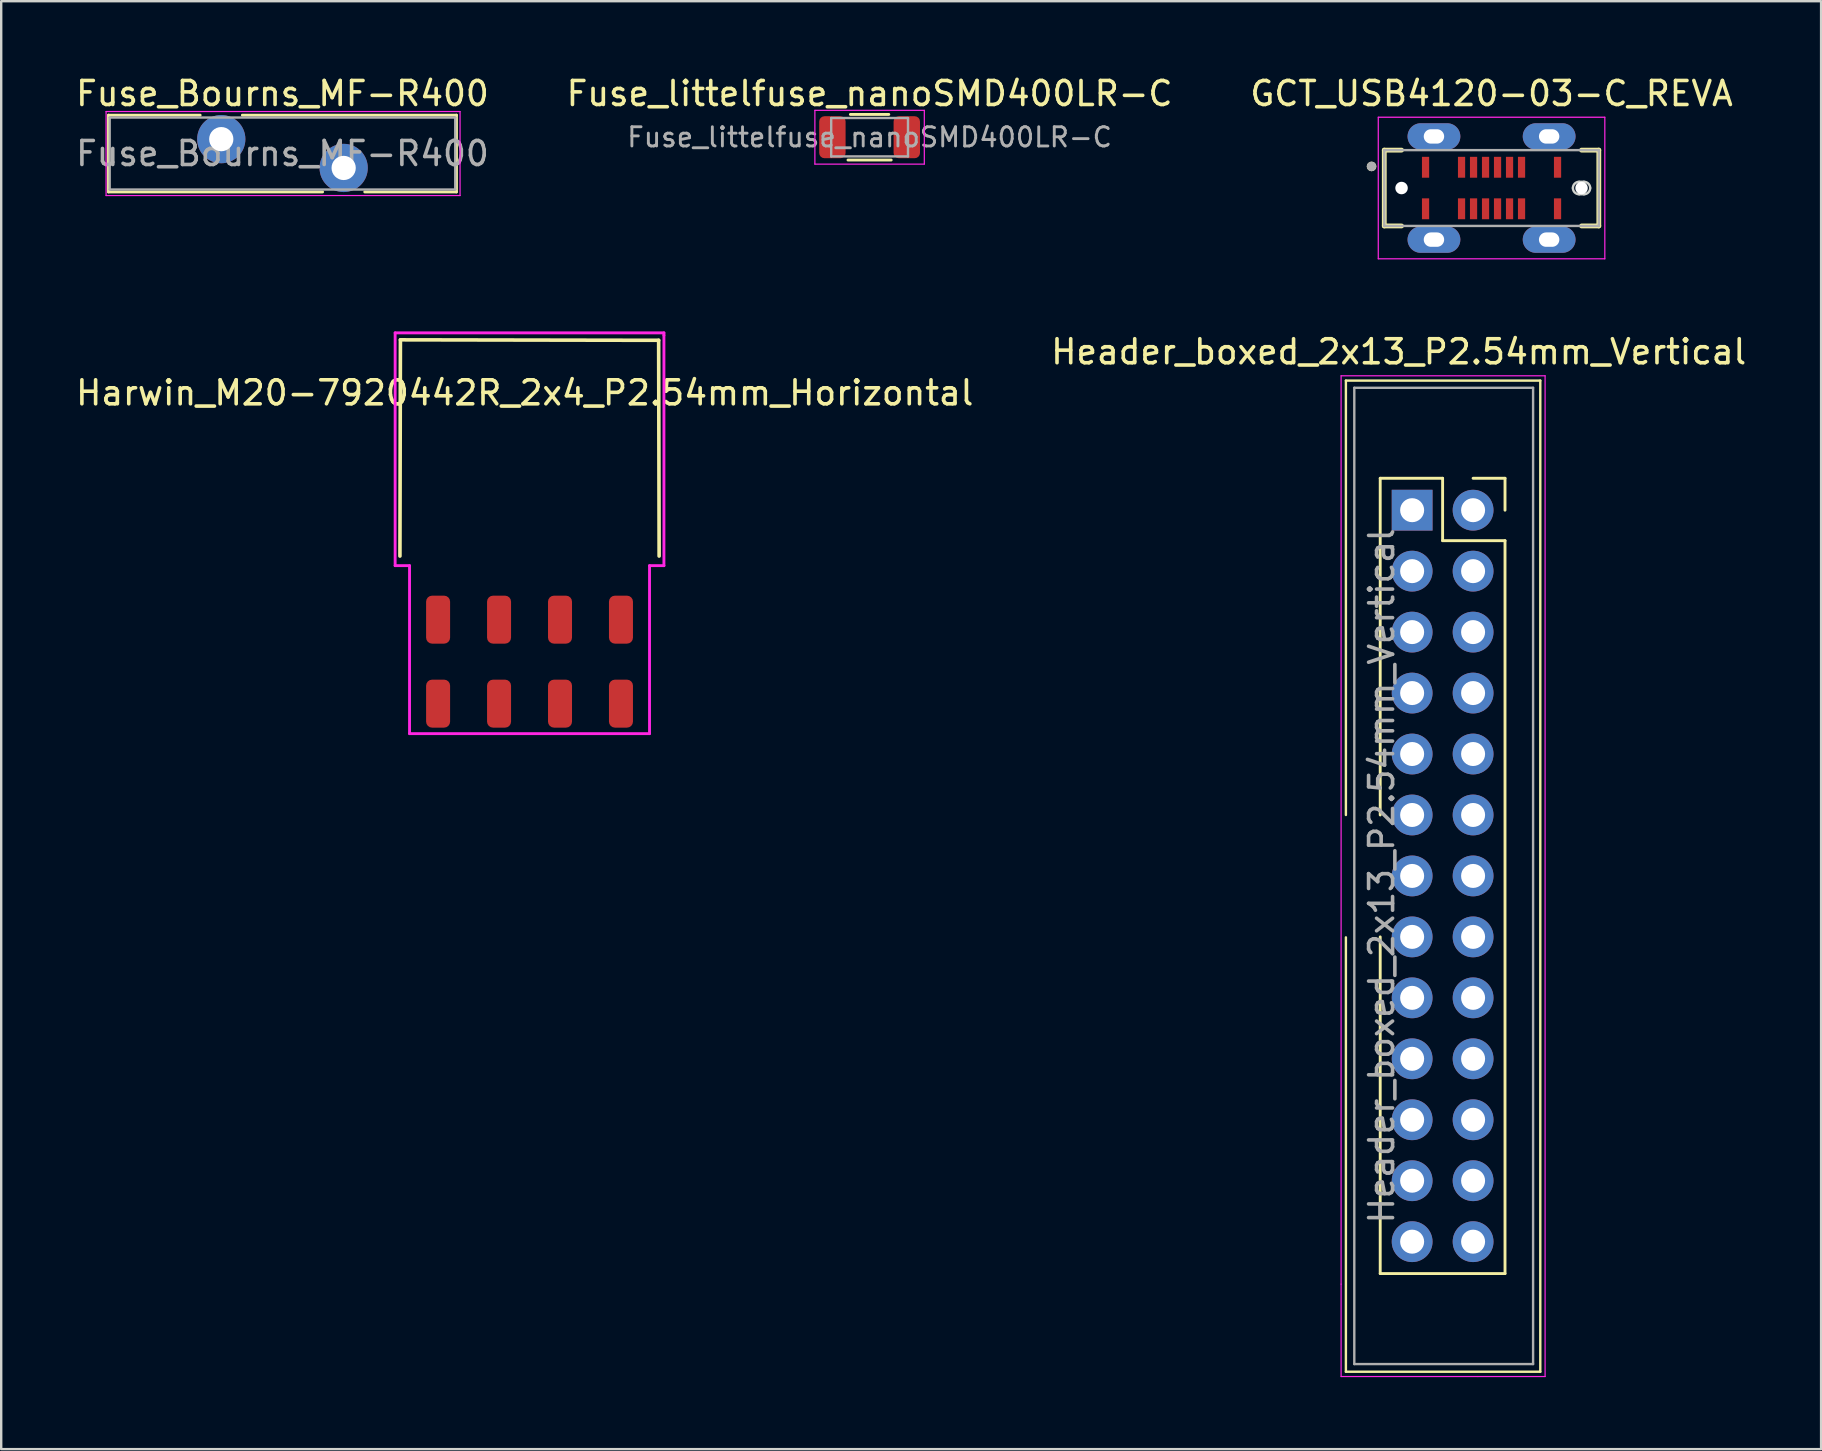
<source format=kicad_pcb>
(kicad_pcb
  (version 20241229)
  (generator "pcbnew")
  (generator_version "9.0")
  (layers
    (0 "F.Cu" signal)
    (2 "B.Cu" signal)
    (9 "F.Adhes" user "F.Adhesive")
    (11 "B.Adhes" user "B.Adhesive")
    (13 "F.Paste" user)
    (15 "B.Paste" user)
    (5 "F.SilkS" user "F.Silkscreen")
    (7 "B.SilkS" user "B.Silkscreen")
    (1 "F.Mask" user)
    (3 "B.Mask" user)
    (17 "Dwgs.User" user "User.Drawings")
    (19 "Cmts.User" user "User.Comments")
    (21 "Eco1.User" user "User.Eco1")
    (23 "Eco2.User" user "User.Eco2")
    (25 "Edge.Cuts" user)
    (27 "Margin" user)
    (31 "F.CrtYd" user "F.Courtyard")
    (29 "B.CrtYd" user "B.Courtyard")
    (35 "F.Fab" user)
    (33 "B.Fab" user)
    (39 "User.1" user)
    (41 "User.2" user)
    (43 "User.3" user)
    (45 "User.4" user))
  (footprint "GCT_USB4120-03-C_REVA"
    (layer "F.Cu")
    (at 59.101 4.785)
    (property "Reference" "GCT_USB4120-03-C_REVA" (at 0 -3.937 0) (layer "F.SilkS") (effects (font (size 1 1) (thickness 0.15))))
    (attr through_hole)
    (fp_line (start -4.47 -1.58) (end -4.47 1.58) (stroke (width 0.2) (type solid)) (layer "F.SilkS"))
    (fp_line (start -4.47 1.58) (end -3.75 1.58) (stroke (width 0.2) (type solid)) (layer "F.SilkS"))
    (fp_line (start -3.75 -1.58) (end -4.47 -1.58) (stroke (width 0.2) (type solid)) (layer "F.SilkS"))
    (fp_line (start 3.75 -1.58) (end 4.47 -1.58) (stroke (width 0.2) (type solid)) (layer "F.SilkS"))
    (fp_line (start 4.47 -1.58) (end 4.47 1.58) (stroke (width 0.2) (type solid)) (layer "F.SilkS"))
    (fp_line (start 4.47 1.58) (end 3.75 1.58) (stroke (width 0.2) (type solid)) (layer "F.SilkS"))
    (fp_circle (center -5 -0.9) (end -4.9 -0.9) (stroke (width 0.2) (type solid)) (fill no) (layer "F.SilkS"))
    (fp_line (start 3.65 -0.26) (end 3.85 -0.26) (stroke (width 0.1) (type solid)) (layer "Edge.Cuts"))
    (fp_line (start 3.85 0.26) (end 3.65 0.26) (stroke (width 0.1) (type solid)) (layer "Edge.Cuts"))
    (fp_arc (start 3.39 0) (mid 3.466152 -0.183848) (end 3.65 -0.26) (stroke (width 0.1) (type solid)) (layer "Edge.Cuts"))
    (fp_arc (start 3.65 0.26) (mid 3.466152 0.183848) (end 3.39 0) (stroke (width 0.1) (type solid)) (layer "Edge.Cuts"))
    (fp_arc (start 3.85 -0.26) (mid 4.033848 -0.183848) (end 4.11 0) (stroke (width 0.1) (type solid)) (layer "Edge.Cuts"))
    (fp_arc (start 4.11 0) (mid 4.033848 0.183848) (end 3.85 0.26) (stroke (width 0.1) (type solid)) (layer "Edge.Cuts"))
    (fp_line (start -4.72 -2.95) (end 4.72 -2.95) (stroke (width 0.05) (type solid)) (layer "F.CrtYd"))
    (fp_line (start -4.72 2.95) (end -4.72 -2.95) (stroke (width 0.05) (type solid)) (layer "F.CrtYd"))
    (fp_line (start 4.72 -2.95) (end 4.72 2.95) (stroke (width 0.05) (type solid)) (layer "F.CrtYd"))
    (fp_line (start 4.72 2.95) (end -4.72 2.95) (stroke (width 0.05) (type solid)) (layer "F.CrtYd"))
    (fp_line (start -4.47 -1.58) (end 4.47 -1.58) (stroke (width 0.1) (type solid)) (layer "F.Fab"))
    (fp_line (start -4.47 1.58) (end -4.47 -1.58) (stroke (width 0.1) (type solid)) (layer "F.Fab"))
    (fp_line (start 4.47 -1.58) (end 4.47 1.58) (stroke (width 0.1) (type solid)) (layer "F.Fab"))
    (fp_line (start 4.47 1.58) (end -4.47 1.58) (stroke (width 0.1) (type solid)) (layer "F.Fab"))
    (fp_circle (center -5 -0.9) (end -4.9 -0.9) (stroke (width 0.2) (type solid)) (fill no) (layer "F.Fab"))
    (pad "" np_thru_hole circle (at -3.75 0) (size 0.52 0.52) (drill 0.52) (layers "*.Cu" "*.Mask"))
    (pad "" np_thru_hole circle (at 3.75 0) (size 0.52 0.52) (drill 0.52) (layers "*.Cu" "*.Mask"))
    (pad "A1" smd rect (at -2.75 -0.865) (size 0.3 0.87) (layers "F.Cu" "F.Mask" "F.Paste"))
    (pad "A4" smd rect (at -1.25 -0.865) (size 0.3 0.87) (layers "F.Cu" "F.Mask" "F.Paste"))
    (pad "A5" smd rect (at -0.75 -0.865) (size 0.3 0.87) (layers "F.Cu" "F.Mask" "F.Paste"))
    (pad "A6" smd rect (at -0.25 -0.865) (size 0.3 0.87) (layers "F.Cu" "F.Mask" "F.Paste"))
    (pad "A7" smd rect (at 0.25 -0.865) (size 0.3 0.87) (layers "F.Cu" "F.Mask" "F.Paste"))
    (pad "A8" smd rect (at 0.75 -0.865) (size 0.3 0.87) (layers "F.Cu" "F.Mask" "F.Paste"))
    (pad "A9" smd rect (at 1.25 -0.865) (size 0.3 0.87) (layers "F.Cu" "F.Mask" "F.Paste"))
    (pad "A12" smd rect (at 2.75 -0.865) (size 0.3 0.87) (layers "F.Cu" "F.Mask" "F.Paste"))
    (pad "B1" smd rect (at 2.75 0.865) (size 0.3 0.87) (layers "F.Cu" "F.Mask" "F.Paste"))
    (pad "B4" smd rect (at 1.25 0.865) (size 0.3 0.87) (layers "F.Cu" "F.Mask" "F.Paste"))
    (pad "B5" smd rect (at 0.75 0.865) (size 0.3 0.87) (layers "F.Cu" "F.Mask" "F.Paste"))
    (pad "B6" smd rect (at 0.25 0.865) (size 0.3 0.87) (layers "F.Cu" "F.Mask" "F.Paste"))
    (pad "B7" smd rect (at -0.25 0.865) (size 0.3 0.87) (layers "F.Cu" "F.Mask" "F.Paste"))
    (pad "B8" smd rect (at -0.75 0.865) (size 0.3 0.87) (layers "F.Cu" "F.Mask" "F.Paste"))
    (pad "B9" smd rect (at -1.25 0.865) (size 0.3 0.87) (layers "F.Cu" "F.Mask" "F.Paste"))
    (pad "B12" smd rect (at -2.75 0.865) (size 0.3 0.87) (layers "F.Cu" "F.Mask" "F.Paste"))
    (pad "S1" thru_hole oval (at -2.4 -2.15) (size 2.2 1.1) (drill oval 0.85 0.6) (layers "*.Cu" "*.Mask" "F.Paste"))
    (pad "S1" thru_hole oval (at -2.4 2.15) (size 2.2 1.1) (drill oval 0.85 0.6) (layers "*.Cu" "*.Mask" "F.Paste"))
    (pad "S1" thru_hole oval (at 2.4 -2.15) (size 2.2 1.1) (drill oval 0.85 0.6) (layers "*.Cu" "*.Mask" "F.Paste"))
    (pad "S1" thru_hole oval (at 2.4 2.15) (size 2.2 1.1) (drill oval 0.85 0.6) (layers "*.Cu" "*.Mask" "F.Paste")))
  (footprint "Harwin_M20-7920442R_2x4_P2.54mm_Horizontal"
    (layer "F.Cu")
    (at 19.015 24.52)
    (property "Reference" "Harwin_M20-7920442R_2x4_P2.54mm_Horizontal" (at -0.2 -11.2 0) (layer "F.SilkS") (effects (font (size 1 1) (thickness 0.15))))
    (attr through_hole)
    (fp_line (start -5.4 -4.4) (end -5.38 -13.41) (stroke (width 0.15) (type solid)) (layer "F.SilkS"))
    (fp_line (start -5.38 -13.41) (end 5.38 -13.39) (stroke (width 0.15) (type solid)) (layer "F.SilkS"))
    (fp_line (start 5.4 -4.4) (end 5.38 -13.39) (stroke (width 0.15) (type solid)) (layer "F.SilkS"))
    (fp_line (start -5.6 -13.7) (end 5.6 -13.7) (stroke (width 0.12) (type solid)) (layer "F.CrtYd"))
    (fp_line (start -5.6 -4) (end -5.6 -13.7) (stroke (width 0.12) (type solid)) (layer "F.CrtYd"))
    (fp_line (start -5 -4) (end -5.6 -4) (stroke (width 0.12) (type solid)) (layer "F.CrtYd"))
    (fp_line (start -5 3) (end -5 -4) (stroke (width 0.12) (type solid)) (layer "F.CrtYd"))
    (fp_line (start 5 -4) (end 5 3) (stroke (width 0.12) (type solid)) (layer "F.CrtYd"))
    (fp_line (start 5 3) (end -5 3) (stroke (width 0.12) (type solid)) (layer "F.CrtYd"))
    (fp_line (start 5.6 -13.7) (end 5.6 -13.6) (stroke (width 0.12) (type solid)) (layer "F.CrtYd"))
    (fp_line (start 5.6 -13.6) (end 5.6 -4) (stroke (width 0.12) (type solid)) (layer "F.CrtYd"))
    (fp_line (start 5.6 -4) (end 5 -4) (stroke (width 0.12) (type solid)) (layer "F.CrtYd"))
    (pad "1" smd roundrect (at -3.81 -1.75) (size 1 2) (layers "F.Cu" "F.Mask" "F.Paste") (roundrect_rratio 0.25))
    (pad "2" smd roundrect (at -3.81 1.75) (size 1 2) (layers "F.Cu" "F.Mask" "F.Paste") (roundrect_rratio 0.25))
    (pad "3" smd roundrect (at -1.27 -1.75) (size 1 2) (layers "F.Cu" "F.Mask" "F.Paste") (roundrect_rratio 0.25))
    (pad "4" smd roundrect (at -1.27 1.75) (size 1 2) (layers "F.Cu" "F.Mask" "F.Paste") (roundrect_rratio 0.25))
    (pad "5" smd roundrect (at 1.27 -1.75) (size 1 2) (layers "F.Cu" "F.Mask" "F.Paste") (roundrect_rratio 0.25))
    (pad "6" smd roundrect (at 1.27 1.75) (size 1 2) (layers "F.Cu" "F.Mask" "F.Paste") (roundrect_rratio 0.25))
    (pad "7" smd roundrect (at 3.81 -1.75) (size 1 2) (layers "F.Cu" "F.Mask" "F.Paste") (roundrect_rratio 0.25))
    (pad "8" smd roundrect (at 3.81 1.75) (size 1 2) (layers "F.Cu" "F.Mask" "F.Paste") (roundrect_rratio 0.25)))
  (footprint "Fuse_littelfuse_nanoSMD400LR-C"
    (layer "F.Cu")
    (at 33.185 2.668)
    (property "Reference" "Fuse_littelfuse_nanoSMD400LR-C" (at 0 -1.82 0) (layer "F.SilkS") (effects (font (size 1 1) (thickness 0.15))))
    (attr smd)
    (fp_line (start -0.9 0.95) (end 0.9 0.95) (stroke (width 0.12) (type solid)) (layer "F.SilkS"))
    (fp_line (start -0.8 -0.95) (end 0.8 -0.95) (stroke (width 0.12) (type solid)) (layer "F.SilkS"))
    (fp_line (start -2.28 -1.12) (end 2.28 -1.12) (stroke (width 0.05) (type solid)) (layer "F.CrtYd"))
    (fp_line (start -2.28 1.12) (end -2.28 -1.12) (stroke (width 0.05) (type solid)) (layer "F.CrtYd"))
    (fp_line (start 2.28 -1.12) (end 2.28 1.12) (stroke (width 0.05) (type solid)) (layer "F.CrtYd"))
    (fp_line (start 2.28 1.12) (end -2.28 1.12) (stroke (width 0.05) (type solid)) (layer "F.CrtYd"))
    (fp_line (start -1.6 -0.8) (end 1.6 -0.8) (stroke (width 0.1) (type solid)) (layer "F.Fab"))
    (fp_line (start -1.6 0.8) (end -1.6 -0.8) (stroke (width 0.1) (type solid)) (layer "F.Fab"))
    (fp_line (start 1.6 -0.8) (end 1.6 0.8) (stroke (width 0.1) (type solid)) (layer "F.Fab"))
    (fp_line (start 1.6 0.8) (end -1.6 0.8) (stroke (width 0.1) (type solid)) (layer "F.Fab"))
    (fp_text user "${REFERENCE}" (at 0 0 0) (layer "F.Fab") (effects (font (size 0.8 0.8) (thickness 0.12))))
    (pad "1" smd roundrect (at -1.55 0) (size 1.1 1.75) (layers "F.Cu" "F.Mask" "F.Paste") (roundrect_rratio 0.2))
    (pad "2" smd roundrect (at 1.55 0) (size 1.1 1.75) (layers "F.Cu" "F.Mask" "F.Paste") (roundrect_rratio 0.2)))
  (footprint "Fuse_Bourns_MF-R400"
    (layer "F.Cu")
    (at 6.17 2.748)
    (property "Reference" "Fuse_Bourns_MF-R400" (at 2.55 -1.9 0) (layer "F.SilkS") (effects (font (size 1 1) (thickness 0.15))))
    (attr through_hole)
    (fp_line (start -4.7 -1) (end -4.7 2.2) (stroke (width 0.12) (type solid)) (layer "F.SilkS"))
    (fp_line (start -4.7 -1) (end -0.879 -1) (stroke (width 0.12) (type solid)) (layer "F.SilkS"))
    (fp_line (start -4.7 2.2) (end 4.222 2.2) (stroke (width 0.12) (type solid)) (layer "F.SilkS"))
    (fp_line (start 0.879 -1) (end 9.8 -1) (stroke (width 0.12) (type solid)) (layer "F.SilkS"))
    (fp_line (start 5.979 2.2) (end 9.8 2.2) (stroke (width 0.12) (type solid)) (layer "F.SilkS"))
    (fp_line (start 9.8 -1) (end 9.8 2.2) (stroke (width 0.12) (type solid)) (layer "F.SilkS"))
    (fp_line (start -4.8 -1.15) (end -4.8 2.35) (stroke (width 0.05) (type solid)) (layer "F.CrtYd"))
    (fp_line (start -4.8 2.35) (end 9.95 2.35) (stroke (width 0.05) (type solid)) (layer "F.CrtYd"))
    (fp_line (start 9.95 -1.15) (end -4.8 -1.15) (stroke (width 0.05) (type solid)) (layer "F.CrtYd"))
    (fp_line (start 9.95 2.35) (end 9.95 -1.15) (stroke (width 0.05) (type solid)) (layer "F.CrtYd"))
    (fp_line (start -4.65 -0.9) (end -4.65 2.1) (stroke (width 0.1) (type solid)) (layer "F.Fab"))
    (fp_line (start -4.65 2.1) (end 9.75 2.1) (stroke (width 0.1) (type solid)) (layer "F.Fab"))
    (fp_line (start 9.75 -0.9) (end -4.65 -0.9) (stroke (width 0.1) (type solid)) (layer "F.Fab"))
    (fp_line (start 9.75 2.1) (end 9.75 -0.9) (stroke (width 0.1) (type solid)) (layer "F.Fab"))
    (fp_text user "${REFERENCE}" (at 2.55 0.6 0) (layer "F.Fab") (effects (font (size 1 1) (thickness 0.15))))
    (pad "1" thru_hole circle (at 0 0) (size 2.01 2.01) (drill 1.01) (layers "*.Cu" "*.Mask"))
    (pad "2" thru_hole circle (at 5.1 1.2) (size 2.01 2.01) (drill 1.01) (layers "*.Cu" "*.Mask")))
  (footprint "Header_boxed_2x13_P2.54mm_Vertical"
    (layer "F.Cu")
    (at 58.332 18.209)
    (property "Reference" "Header_boxed_2x13_P2.54mm_Vertical" (at -3.1 -6.6 0) (layer "F.SilkS") (effects (font (size 1 1) (thickness 0.15))))
    (attr through_hole)
    (fp_line (start -5.3 -5.4) (end 2.8 -5.4) (stroke (width 0.1) (type solid)) (layer "F.SilkS"))
    (fp_line (start -5.3 12.7) (end -5.3 -5.4) (stroke (width 0.1) (type solid)) (layer "F.SilkS"))
    (fp_line (start -5.3 35.9) (end -5.3 17.8) (stroke (width 0.1) (type solid)) (layer "F.SilkS"))
    (fp_line (start -3.87 -1.33) (end -3.87 12.7) (stroke (width 0.12) (type solid)) (layer "F.SilkS"))
    (fp_line (start -3.87 -1.33) (end -1.27 -1.33) (stroke (width 0.12) (type solid)) (layer "F.SilkS"))
    (fp_line (start -3.87 17.78) (end -3.87 31.81) (stroke (width 0.12) (type solid)) (layer "F.SilkS"))
    (fp_line (start -3.87 31.81) (end 1.33 31.81) (stroke (width 0.12) (type solid)) (layer "F.SilkS"))
    (fp_line (start -1.27 -1.33) (end -1.27 1.27) (stroke (width 0.12) (type solid)) (layer "F.SilkS"))
    (fp_line (start -1.27 1.27) (end 1.33 1.27) (stroke (width 0.12) (type solid)) (layer "F.SilkS"))
    (fp_line (start 0 -1.33) (end 1.33 -1.33) (stroke (width 0.12) (type solid)) (layer "F.SilkS"))
    (fp_line (start 1.33 -1.33) (end 1.33 0) (stroke (width 0.12) (type solid)) (layer "F.SilkS"))
    (fp_line (start 1.33 1.27) (end 1.33 31.81) (stroke (width 0.12) (type solid)) (layer "F.SilkS"))
    (fp_line (start 2.8 -5.4) (end 2.8 35.9) (stroke (width 0.1) (type solid)) (layer "F.SilkS"))
    (fp_line (start 2.8 35.9) (end -5.3 35.9) (stroke (width 0.1) (type solid)) (layer "F.SilkS"))
    (fp_line (start -5.5 -5.6) (end 3 -5.6) (stroke (width 0.05) (type solid)) (layer "F.CrtYd"))
    (fp_line (start -5.5 32.25) (end -5.5 -5.6) (stroke (width 0.05) (type solid)) (layer "F.CrtYd"))
    (fp_line (start -5.5 36.1) (end -5.5 32.25) (stroke (width 0.05) (type solid)) (layer "F.CrtYd"))
    (fp_line (start 0.2 36.1) (end -5.5 36.1) (stroke (width 0.05) (type solid)) (layer "F.CrtYd"))
    (fp_line (start 3 -5.6) (end 3 36.1) (stroke (width 0.05) (type solid)) (layer "F.CrtYd"))
    (fp_line (start 3 36.1) (end 0.2 36.1) (stroke (width 0.05) (type solid)) (layer "F.CrtYd"))
    (fp_line (start -4.95 -5.1) (end 2.5 -5.1) (stroke (width 0.1) (type solid)) (layer "F.Fab"))
    (fp_line (start -4.95 35.58) (end -4.95 -5.1) (stroke (width 0.1) (type solid)) (layer "F.Fab"))
    (fp_line (start -4.95 35.58) (end 2.5 35.58) (stroke (width 0.1) (type solid)) (layer "F.Fab"))
    (fp_line (start 2.5 35.58) (end 2.5 -5.1) (stroke (width 0.1) (type solid)) (layer "F.Fab"))
    (fp_text user "${REFERENCE}" (at -3.81 15.24 90) (layer "F.Fab") (effects (font (size 1 1) (thickness 0.15))))
    (pad "1" thru_hole rect (at -2.54 0) (size 1.7 1.7) (drill 1) (layers "*.Cu" "*.Mask"))
    (pad "2" thru_hole oval (at 0 0) (size 1.7 1.7) (drill 1) (layers "*.Cu" "*.Mask"))
    (pad "3" thru_hole oval (at -2.54 2.54) (size 1.7 1.7) (drill 1) (layers "*.Cu" "*.Mask"))
    (pad "4" thru_hole oval (at 0 2.54) (size 1.7 1.7) (drill 1) (layers "*.Cu" "*.Mask"))
    (pad "5" thru_hole oval (at -2.54 5.08) (size 1.7 1.7) (drill 1) (layers "*.Cu" "*.Mask"))
    (pad "6" thru_hole oval (at 0 5.08) (size 1.7 1.7) (drill 1) (layers "*.Cu" "*.Mask"))
    (pad "7" thru_hole oval (at -2.54 7.62) (size 1.7 1.7) (drill 1) (layers "*.Cu" "*.Mask"))
    (pad "8" thru_hole oval (at 0 7.62) (size 1.7 1.7) (drill 1) (layers "*.Cu" "*.Mask"))
    (pad "9" thru_hole oval (at -2.54 10.16) (size 1.7 1.7) (drill 1) (layers "*.Cu" "*.Mask"))
    (pad "10" thru_hole oval (at 0 10.16) (size 1.7 1.7) (drill 1) (layers "*.Cu" "*.Mask"))
    (pad "11" thru_hole oval (at -2.54 12.7) (size 1.7 1.7) (drill 1) (layers "*.Cu" "*.Mask"))
    (pad "12" thru_hole oval (at 0 12.7) (size 1.7 1.7) (drill 1) (layers "*.Cu" "*.Mask"))
    (pad "13" thru_hole oval (at -2.54 15.24) (size 1.7 1.7) (drill 1) (layers "*.Cu" "*.Mask"))
    (pad "14" thru_hole oval (at 0 15.24) (size 1.7 1.7) (drill 1) (layers "*.Cu" "*.Mask"))
    (pad "15" thru_hole oval (at -2.54 17.78) (size 1.7 1.7) (drill 1) (layers "*.Cu" "*.Mask"))
    (pad "16" thru_hole oval (at 0 17.78) (size 1.7 1.7) (drill 1) (layers "*.Cu" "*.Mask"))
    (pad "17" thru_hole oval (at -2.54 20.32) (size 1.7 1.7) (drill 1) (layers "*.Cu" "*.Mask"))
    (pad "18" thru_hole oval (at 0 20.32) (size 1.7 1.7) (drill 1) (layers "*.Cu" "*.Mask"))
    (pad "19" thru_hole oval (at -2.54 22.86) (size 1.7 1.7) (drill 1) (layers "*.Cu" "*.Mask"))
    (pad "20" thru_hole oval (at 0 22.86) (size 1.7 1.7) (drill 1) (layers "*.Cu" "*.Mask"))
    (pad "21" thru_hole oval (at -2.54 25.4) (size 1.7 1.7) (drill 1) (layers "*.Cu" "*.Mask"))
    (pad "22" thru_hole oval (at 0 25.4) (size 1.7 1.7) (drill 1) (layers "*.Cu" "*.Mask"))
    (pad "23" thru_hole oval (at -2.54 27.94) (size 1.7 1.7) (drill 1) (layers "*.Cu" "*.Mask"))
    (pad "24" thru_hole oval (at 0 27.94) (size 1.7 1.7) (drill 1) (layers "*.Cu" "*.Mask"))
    (pad "25" thru_hole oval (at -2.54 30.48) (size 1.7 1.7) (drill 1) (layers "*.Cu" "*.Mask"))
    (pad "26" thru_hole oval (at 0 30.48) (size 1.7 1.7) (drill 1) (layers "*.Cu" "*.Mask")))
  (gr_rect
    (start -3 -3)
    (end 72.833 57.334)
    (stroke (width 0.1) (type default))
    (fill no)
    (layer "Edge.Cuts")))
</source>
